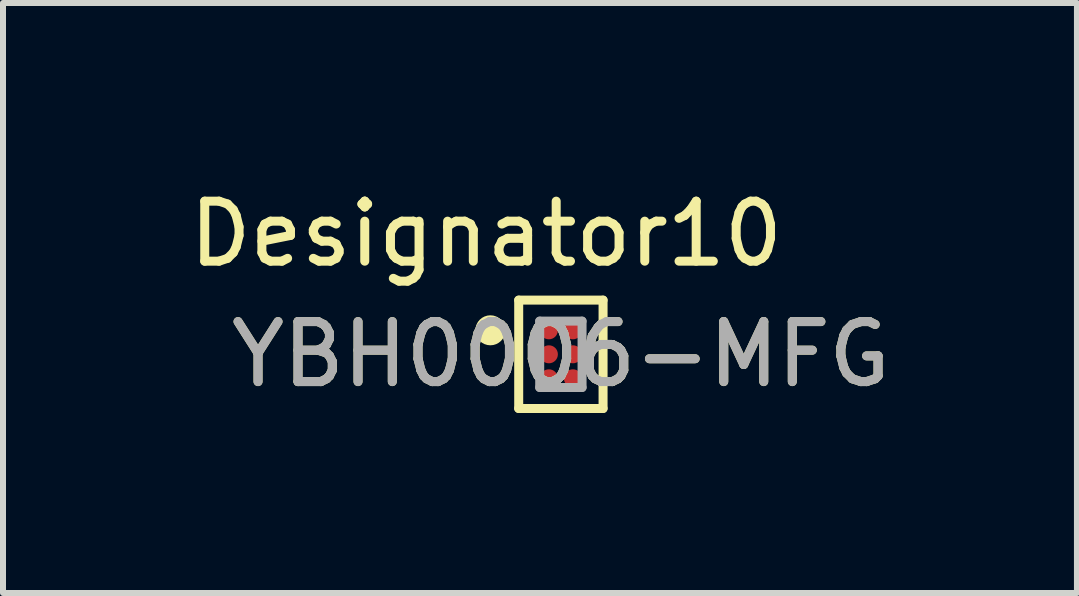
<source format=kicad_pcb>
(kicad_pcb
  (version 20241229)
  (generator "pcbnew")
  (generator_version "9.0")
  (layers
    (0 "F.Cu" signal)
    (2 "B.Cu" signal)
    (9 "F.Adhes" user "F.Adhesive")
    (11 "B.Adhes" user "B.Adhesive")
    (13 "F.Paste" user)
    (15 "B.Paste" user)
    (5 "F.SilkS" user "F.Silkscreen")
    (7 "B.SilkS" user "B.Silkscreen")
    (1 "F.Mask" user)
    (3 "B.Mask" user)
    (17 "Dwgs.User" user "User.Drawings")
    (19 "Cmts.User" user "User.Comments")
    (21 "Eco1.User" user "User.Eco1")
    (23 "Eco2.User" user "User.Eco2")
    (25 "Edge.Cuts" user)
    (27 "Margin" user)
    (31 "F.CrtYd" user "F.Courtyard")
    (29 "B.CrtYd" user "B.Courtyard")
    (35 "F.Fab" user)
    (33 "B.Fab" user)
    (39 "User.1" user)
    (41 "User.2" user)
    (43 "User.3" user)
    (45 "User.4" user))
  (footprint "YBH0006-MFG"
    (layer "F.Cu")
    (at 6.298 2.855)
    (property "Reference" "YBH0006-MFG" (at 0 0 0) (unlocked yes) (layer "F.SilkS") (effects (font (size 1 1) (thickness 0.15))))
    (attr smd)
    (fp_circle (center -0.2 -0.4) (end -0.15 -0.4) (stroke (width 0.1) (type solid)) (fill no) (layer "F.Mask"))
    (fp_circle (center -0.2 0) (end -0.15 0) (stroke (width 0.1) (type solid)) (fill no) (layer "F.Mask"))
    (fp_circle (center -0.2 0.4) (end -0.15 0.4) (stroke (width 0.1) (type solid)) (fill no) (layer "F.Mask"))
    (fp_circle (center 0.2 -0.4) (end 0.25 -0.4) (stroke (width 0.1) (type solid)) (fill no) (layer "F.Mask"))
    (fp_circle (center 0.2 0) (end 0.25 0) (stroke (width 0.1) (type solid)) (fill no) (layer "F.Mask"))
    (fp_circle (center 0.2 0.4) (end 0.25 0.4) (stroke (width 0.1) (type solid)) (fill no) (layer "F.Mask"))
    (fp_line (start -0.703 -0.903) (end 0.703 -0.903) (stroke (width 0.15) (type solid)) (layer "F.SilkS"))
    (fp_line (start -0.703 0.903) (end -0.703 -0.903) (stroke (width 0.15) (type solid)) (layer "F.SilkS"))
    (fp_line (start -0.703 0.903) (end 0.703 0.903) (stroke (width 0.15) (type solid)) (layer "F.SilkS"))
    (fp_line (start 0.703 0.903) (end 0.703 -0.903) (stroke (width 0.15) (type solid)) (layer "F.SilkS"))
    (fp_circle (center -1.175 -0.4) (end -1.05 -0.4) (stroke (width 0.25) (type solid)) (fill no) (layer "F.SilkS"))
    (fp_poly (pts (xy -0.305 0.455) (xy -0.305 0.345) (xy -0.255 0.295) (xy -0.145 0.295) (xy -0.095 0.345) (xy -0.095 0.455) (xy -0.145 0.505) (xy -0.255 0.505)) (stroke (width 0) (type solid)) (fill yes) (layer "F.Paste"))
    (fp_poly (pts (xy -0.255 -0.505) (xy -0.145 -0.505) (xy -0.095 -0.455) (xy -0.095 -0.345) (xy -0.145 -0.295) (xy -0.255 -0.295) (xy -0.305 -0.345) (xy -0.305 -0.455)) (stroke (width 0) (type solid)) (fill yes) (layer "F.Paste"))
    (fp_poly (pts (xy -0.145 0.105) (xy -0.255 0.105) (xy -0.305 0.055) (xy -0.305 -0.055) (xy -0.255 -0.105) (xy -0.145 -0.105) (xy -0.095 -0.055) (xy -0.095 0.055)) (stroke (width 0) (type solid)) (fill yes) (layer "F.Paste"))
    (fp_poly (pts (xy 0.095 -0.455) (xy 0.145 -0.505) (xy 0.255 -0.505) (xy 0.305 -0.455) (xy 0.305 -0.345) (xy 0.255 -0.295) (xy 0.145 -0.295) (xy 0.095 -0.345)) (stroke (width 0) (type solid)) (fill yes) (layer "F.Paste"))
    (fp_poly (pts (xy 0.145 0.505) (xy 0.095 0.455) (xy 0.095 0.345) (xy 0.145 0.295) (xy 0.255 0.295) (xy 0.305 0.345) (xy 0.305 0.455) (xy 0.255 0.505)) (stroke (width 0) (type solid)) (fill yes) (layer "F.Paste"))
    (fp_poly (pts (xy 0.255 0.105) (xy 0.145 0.105) (xy 0.095 0.055) (xy 0.095 -0.055) (xy 0.145 -0.105) (xy 0.255 -0.105) (xy 0.305 -0.055) (xy 0.305 0.055)) (stroke (width 0) (type solid)) (fill yes) (layer "F.Paste"))
    (fp_line (start -0.353 -0.553) (end 0.353 -0.553) (stroke (width 0.15) (type solid)) (layer "F.Fab"))
    (fp_line (start -0.353 0.553) (end -0.353 -0.553) (stroke (width 0.15) (type solid)) (layer "F.Fab"))
    (fp_line (start -0.353 0.553) (end 0.353 0.553) (stroke (width 0.15) (type solid)) (layer "F.Fab"))
    (fp_line (start 0.353 0.553) (end 0.353 -0.553) (stroke (width 0.15) (type solid)) (layer "F.Fab"))
    (fp_text user "Designator10" (at -1.245 -2.007 0) (unlocked yes) (layer "F.SilkS") (effects (font (size 1 1) (thickness 0.15))))
    (fp_text user "${REFERENCE}" (at 0 0 0) (unlocked yes) (layer "F.Fab") (effects (font (size 1 1) (thickness 0.15))))
    (pad "1" smd circle (at -0.2 -0.4) (size 0.3 0.3) (layers "F.Cu"))
    (pad "2" smd circle (at 0.2 -0.4) (size 0.3 0.3) (layers "F.Cu"))
    (pad "3" smd circle (at -0.2 0) (size 0.3 0.3) (layers "F.Cu"))
    (pad "4" smd circle (at 0.2 0) (size 0.3 0.3) (layers "F.Cu"))
    (pad "5" smd circle (at -0.2 0.4) (size 0.3 0.3) (layers "F.Cu"))
    (pad "6" smd circle (at 0.2 0.4) (size 0.3 0.3) (layers "F.Cu")))
  (gr_rect
    (start -3 -3)
    (end 14.899 6.833)
    (stroke (width 0.1) (type default))
    (fill no)
    (layer "Edge.Cuts")))
</source>
